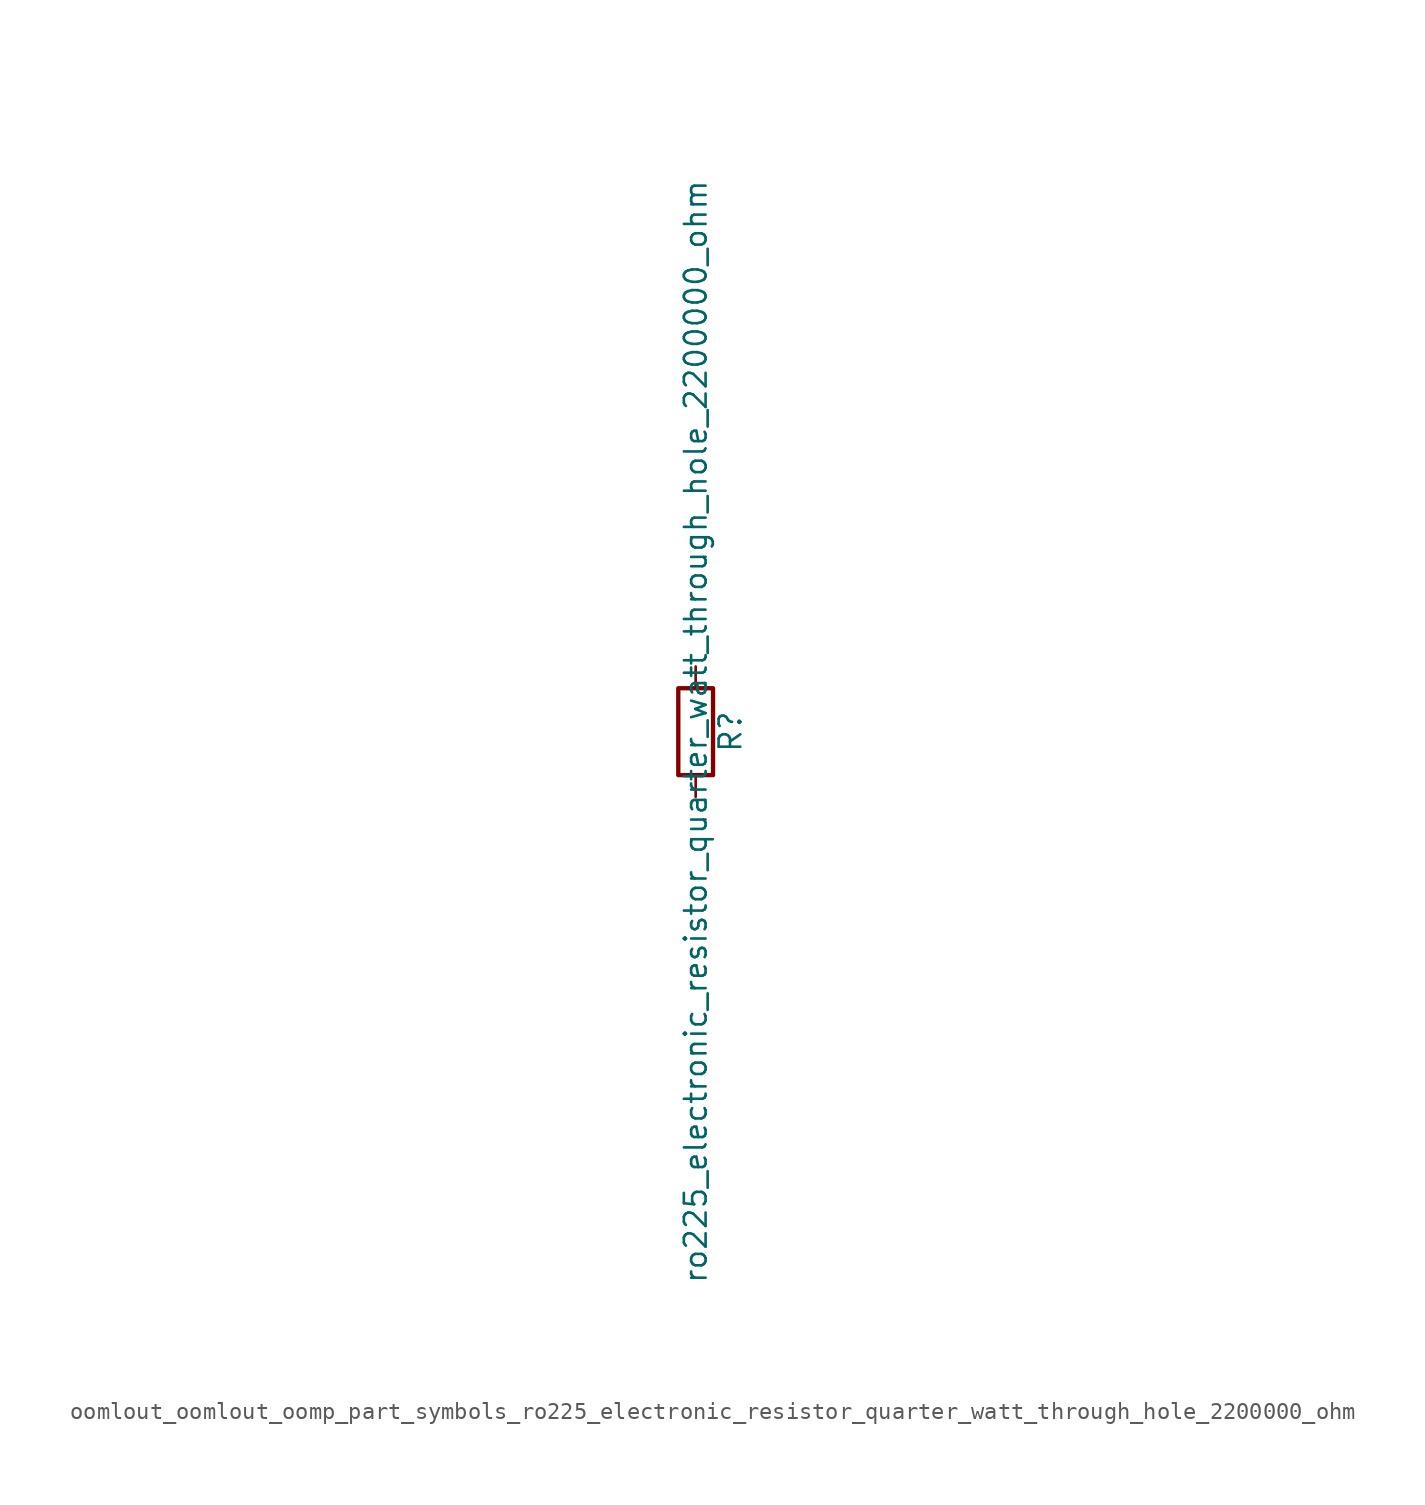
<source format=kicad_sym>
(kicad_symbol_lib
  (version 20220914)
  (generator kicad_symbol_editor)
  (symbol "oomlout_oomlout_oomp_part_symbols_ro225_electronic_resistor_quarter_watt_through_hole_2200000_ohm"
    (pin_numbers hide)
    (pin_names
      (offset 0))
    (property "Reference" "R"
      (at 2.032 0 90)
      (effects (font (size 1.27 1.27))))
    (property "Value" "ro225_electronic_resistor_quarter_watt_through_hole_2200000_ohm"
      (at 0 0 90)
      (effects (font (size 1.27 1.27))))
    (symbol "oomlout_oomlout_oomp_part_symbols_ro225_electronic_resistor_quarter_watt_through_hole_2200000_ohm_0_1"
      (rectangle (start -1.016 -2.54) (end 1.016 2.54) (stroke (width 0.254) (type default)) (fill (type none))))
    (symbol "oomlout_oomlout_oomp_part_symbols_ro225_electronic_resistor_quarter_watt_through_hole_2200000_ohm_1_1"
      (pin passive line (at 0 3.81 270) (length 1.27) (name "~" (effects (font (size 1.27 1.27)))) (number "1" (effects (font (size 1.27 1.27)))))
      (pin passive line (at 0 -3.81 90) (length 1.27) (name "~" (effects (font (size 1.27 1.27)))) (number "2" (effects (font (size 1.27 1.27))))))))
</source>
